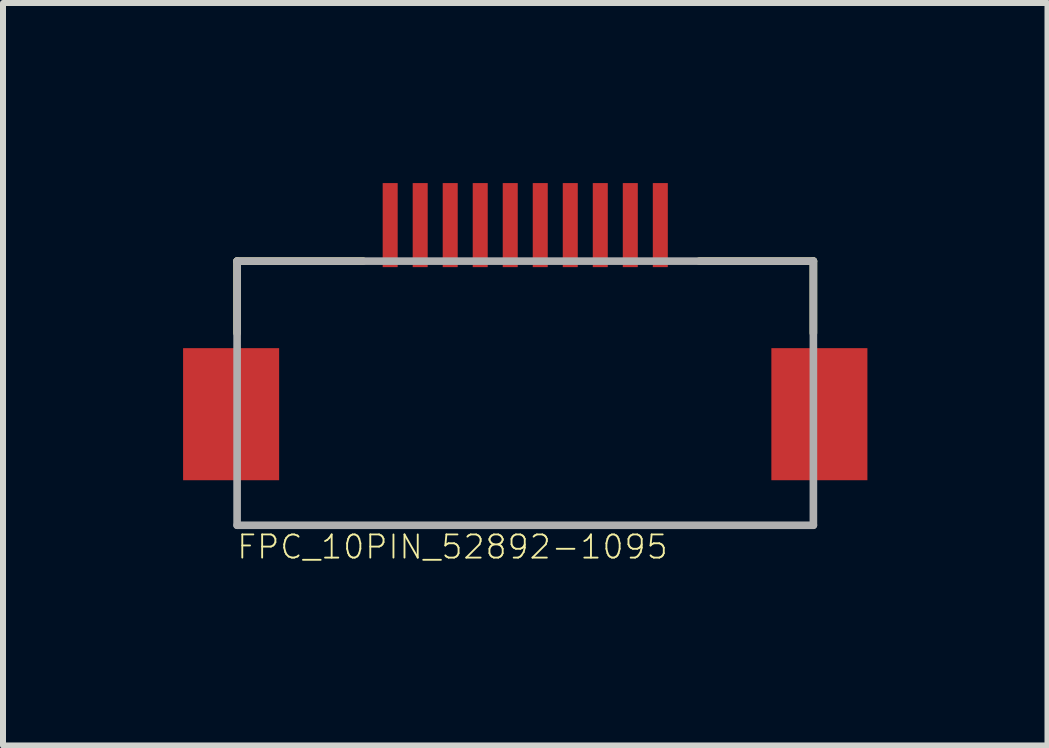
<source format=kicad_pcb>
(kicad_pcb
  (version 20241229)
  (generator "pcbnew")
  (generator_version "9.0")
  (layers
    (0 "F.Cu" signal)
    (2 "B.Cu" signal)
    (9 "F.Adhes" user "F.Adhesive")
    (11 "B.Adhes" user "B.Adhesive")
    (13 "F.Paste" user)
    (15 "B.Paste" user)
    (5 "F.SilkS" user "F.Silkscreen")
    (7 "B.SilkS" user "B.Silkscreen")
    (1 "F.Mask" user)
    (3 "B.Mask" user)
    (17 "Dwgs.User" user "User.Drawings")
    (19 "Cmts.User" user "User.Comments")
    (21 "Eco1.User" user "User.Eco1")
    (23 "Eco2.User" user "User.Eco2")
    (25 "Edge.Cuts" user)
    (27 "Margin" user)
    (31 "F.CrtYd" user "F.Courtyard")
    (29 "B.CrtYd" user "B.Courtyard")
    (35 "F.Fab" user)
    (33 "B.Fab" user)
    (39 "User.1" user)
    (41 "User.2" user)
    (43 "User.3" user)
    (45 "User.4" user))
  (footprint "FPC_10PIN_52892-1095"
    (layer "F.Cu")
    (at 5.7 0.7)
    (property "Reference" "FPC_10PIN_52892-1095" (at -4.826 5.588 180) (layer "F.SilkS") (effects (font (size 0.386 0.386) (thickness 0.031)) (justify left bottom)))
    (attr through_hole)
    (fp_line (start -4.8 0.6) (end -4.8 1.8) (stroke (width 0.127) (type solid)) (layer "F.SilkS"))
    (fp_line (start -2.7 0.6) (end -4.8 0.6) (stroke (width 0.127) (type solid)) (layer "F.SilkS"))
    (fp_line (start 2.9 0.6) (end 4.8 0.6) (stroke (width 0.127) (type solid)) (layer "F.SilkS"))
    (fp_line (start 4.8 0.6) (end 4.8 1.8) (stroke (width 0.127) (type solid)) (layer "F.SilkS"))
    (fp_line (start -4.8 0.6) (end -4.8 5) (stroke (width 0.127) (type solid)) (layer "F.Fab"))
    (fp_line (start -4.8 0.6) (end 4.8 0.6) (stroke (width 0.127) (type solid)) (layer "F.Fab"))
    (fp_line (start -4.8 5) (end 4.8 5) (stroke (width 0.127) (type solid)) (layer "F.Fab"))
    (fp_line (start 4.8 0.6) (end 4.8 5) (stroke (width 0.127) (type solid)) (layer "F.Fab"))
    (pad "P$1" smd rect (at -2.25 0) (size 0.25 1.4) (layers "F.Cu" "F.Mask" "F.Paste"))
    (pad "P$2" smd rect (at -1.75 0) (size 0.25 1.4) (layers "F.Cu" "F.Mask" "F.Paste"))
    (pad "P$3" smd rect (at -1.25 0) (size 0.25 1.4) (layers "F.Cu" "F.Mask" "F.Paste"))
    (pad "P$4" smd rect (at -0.75 0) (size 0.25 1.4) (layers "F.Cu" "F.Mask" "F.Paste"))
    (pad "P$5" smd rect (at -0.25 0) (size 0.25 1.4) (layers "F.Cu" "F.Mask" "F.Paste"))
    (pad "P$6" smd rect (at 0.25 0) (size 0.25 1.4) (layers "F.Cu" "F.Mask" "F.Paste"))
    (pad "P$7" smd rect (at 0.75 0) (size 0.25 1.4) (layers "F.Cu" "F.Mask" "F.Paste"))
    (pad "P$8" smd rect (at 1.25 0) (size 0.25 1.4) (layers "F.Cu" "F.Mask" "F.Paste"))
    (pad "P$9" smd rect (at 1.75 0) (size 0.25 1.4) (layers "F.Cu" "F.Mask" "F.Paste"))
    (pad "P$10" smd rect (at 2.25 0) (size 0.25 1.4) (layers "F.Cu" "F.Mask" "F.Paste"))
    (pad "SUPPORT1" smd rect (at -4.9 3.15) (size 1.6 2.2) (layers "F.Cu" "F.Mask" "F.Paste"))
    (pad "SUPPORT2" smd rect (at 4.9 3.15) (size 1.6 2.2) (layers "F.Cu" "F.Mask" "F.Paste")))
  (gr_rect
    (start -3 -3)
    (end 14.4 9.369)
    (stroke (width 0.1) (type default))
    (fill no)
    (layer "Edge.Cuts")))
</source>
